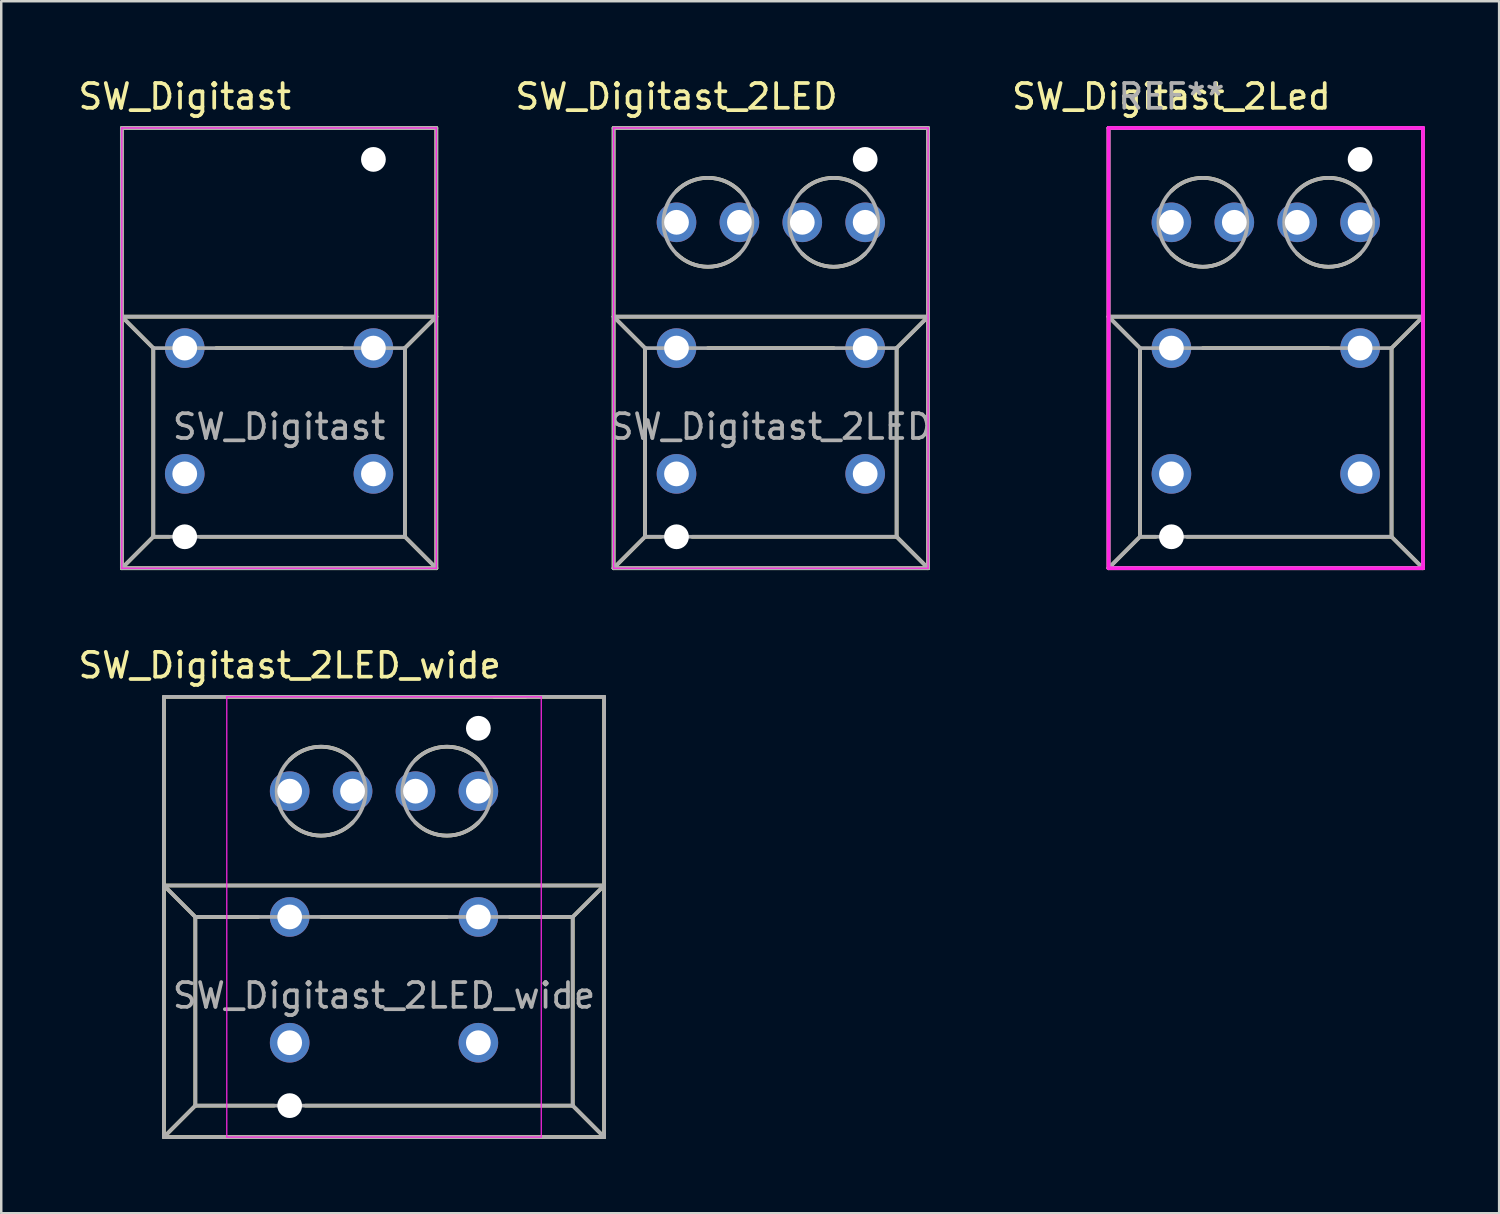
<source format=kicad_pcb>
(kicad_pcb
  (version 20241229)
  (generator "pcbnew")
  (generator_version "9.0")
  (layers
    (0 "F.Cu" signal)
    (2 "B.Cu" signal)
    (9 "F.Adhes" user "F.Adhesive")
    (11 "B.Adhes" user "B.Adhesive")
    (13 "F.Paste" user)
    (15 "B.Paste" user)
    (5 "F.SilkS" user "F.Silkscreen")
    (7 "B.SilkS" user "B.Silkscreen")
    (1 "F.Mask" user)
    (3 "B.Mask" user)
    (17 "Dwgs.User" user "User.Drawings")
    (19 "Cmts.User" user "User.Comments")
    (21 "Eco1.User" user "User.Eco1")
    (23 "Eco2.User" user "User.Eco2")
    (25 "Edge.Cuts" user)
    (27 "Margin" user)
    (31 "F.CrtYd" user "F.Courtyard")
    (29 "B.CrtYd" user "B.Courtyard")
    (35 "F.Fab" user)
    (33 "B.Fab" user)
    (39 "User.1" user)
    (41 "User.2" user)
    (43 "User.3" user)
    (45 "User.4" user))
  (footprint "SW_Digitast"
    (layer "F.Cu")
    (at 8.221 11.008)
    (property "Reference" "SW_Digitast" (at -3.81 -10.16 0) (layer "F.SilkS") (effects (font (size 1 1) (thickness 0.15))))
    (attr through_hole)
    (fp_line (start -6.35 -8.89) (end -6.35 8.89) (stroke (width 0.15) (type solid)) (layer "F.SilkS"))
    (fp_line (start -6.35 -1.27) (end 6.35 -1.27) (stroke (width 0.15) (type solid)) (layer "F.SilkS"))
    (fp_line (start -6.35 8.89) (end 6.35 8.89) (stroke (width 0.15) (type solid)) (layer "F.SilkS"))
    (fp_line (start -5.08 0) (end -6.35 -1.27) (stroke (width 0.15) (type solid)) (layer "F.SilkS"))
    (fp_line (start -5.08 0) (end -5.08 7.62) (stroke (width 0.15) (type solid)) (layer "F.SilkS"))
    (fp_line (start -5.08 7.62) (end -6.35 8.89) (stroke (width 0.15) (type solid)) (layer "F.SilkS"))
    (fp_line (start -5.08 7.62) (end -4.445 7.62) (stroke (width 0.15) (type solid)) (layer "F.SilkS"))
    (fp_line (start -3.175 7.62) (end 5.08 7.62) (stroke (width 0.15) (type solid)) (layer "F.SilkS"))
    (fp_line (start 2.54 0) (end -2.54 0) (stroke (width 0.15) (type solid)) (layer "F.SilkS"))
    (fp_line (start 5.08 0) (end 6.35 -1.27) (stroke (width 0.15) (type solid)) (layer "F.SilkS"))
    (fp_line (start 5.08 7.62) (end 5.08 0) (stroke (width 0.15) (type solid)) (layer "F.SilkS"))
    (fp_line (start 5.08 7.62) (end 6.35 8.89) (stroke (width 0.15) (type solid)) (layer "F.SilkS"))
    (fp_line (start 6.35 -8.89) (end -6.35 -8.89) (stroke (width 0.15) (type solid)) (layer "F.SilkS"))
    (fp_line (start 6.35 8.89) (end 6.35 -8.89) (stroke (width 0.15) (type solid)) (layer "F.SilkS"))
    (fp_line (start -6.35 -8.89) (end 6.35 -8.89) (stroke (width 0.05) (type solid)) (layer "F.CrtYd"))
    (fp_line (start -6.35 8.89) (end -6.35 -8.89) (stroke (width 0.05) (type solid)) (layer "F.CrtYd"))
    (fp_line (start 6.35 -8.89) (end 6.35 8.89) (stroke (width 0.05) (type solid)) (layer "F.CrtYd"))
    (fp_line (start 6.35 8.89) (end -6.35 8.89) (stroke (width 0.05) (type solid)) (layer "F.CrtYd"))
    (fp_line (start -6.35 -8.89) (end -6.35 8.89) (stroke (width 0.15) (type solid)) (layer "F.Fab"))
    (fp_line (start -6.35 -1.27) (end -5.08 0) (stroke (width 0.15) (type solid)) (layer "F.Fab"))
    (fp_line (start -6.35 -1.27) (end 6.35 -1.27) (stroke (width 0.15) (type solid)) (layer "F.Fab"))
    (fp_line (start -6.35 8.89) (end -5.08 7.62) (stroke (width 0.15) (type solid)) (layer "F.Fab"))
    (fp_line (start -6.35 8.89) (end 6.35 8.89) (stroke (width 0.15) (type solid)) (layer "F.Fab"))
    (fp_line (start -5.08 0) (end -5.08 7.62) (stroke (width 0.15) (type solid)) (layer "F.Fab"))
    (fp_line (start -5.08 0) (end 5.08 0) (stroke (width 0.15) (type solid)) (layer "F.Fab"))
    (fp_line (start -5.08 7.62) (end 5.08 7.62) (stroke (width 0.15) (type solid)) (layer "F.Fab"))
    (fp_line (start 5.08 0) (end 5.08 7.62) (stroke (width 0.15) (type solid)) (layer "F.Fab"))
    (fp_line (start 5.08 0) (end 6.35 -1.27) (stroke (width 0.15) (type solid)) (layer "F.Fab"))
    (fp_line (start 5.08 7.62) (end 6.35 8.89) (stroke (width 0.15) (type solid)) (layer "F.Fab"))
    (fp_line (start 6.35 -8.89) (end -6.35 -8.89) (stroke (width 0.15) (type solid)) (layer "F.Fab"))
    (fp_line (start 6.35 8.89) (end 6.35 -8.89) (stroke (width 0.15) (type solid)) (layer "F.Fab"))
    (fp_text user "${REFERENCE}" (at 0 3.175 0) (layer "F.Fab") (effects (font (size 1 1) (thickness 0.15))))
    (pad "" np_thru_hole circle (at -3.81 7.62) (size 1 1) (drill 1) (layers "*.Cu" "*.Mask"))
    (pad "" np_thru_hole circle (at 3.81 -7.62) (size 1 1) (drill 1) (layers "*.Cu" "*.Mask"))
    (pad "1" thru_hole circle (at 3.81 5.08) (size 1.6 1.6) (drill 1) (layers "*.Cu" "*.Mask"))
    (pad "2" thru_hole circle (at -3.81 0) (size 1.6 1.6) (drill 1) (layers "*.Cu" "*.Mask"))
    (pad "2" thru_hole circle (at 3.81 0) (size 1.6 1.6) (drill 1) (layers "*.Cu" "*.Mask"))
    (pad "3" thru_hole circle (at -3.81 5.08) (size 1.6 1.6) (drill 1) (layers "*.Cu" "*.Mask")))
  (footprint "SW_Digitast_2LED_wide"
    (layer "F.Cu")
    (at 16.269 39.062)
    (property "Reference" "SW_Digitast_2LED_wide" (at -7.62 -15.24 0) (layer "F.SilkS") (effects (font (size 1 1) (thickness 0.15))))
    (attr through_hole)
    (fp_line (start -12.7 -13.97) (end -12.7 3.81) (stroke (width 0.15) (type solid)) (layer "F.SilkS"))
    (fp_line (start -12.7 -6.35) (end 5.08 -6.35) (stroke (width 0.15) (type solid)) (layer "F.SilkS"))
    (fp_line (start -12.7 3.81) (end 5.08 3.81) (stroke (width 0.15) (type solid)) (layer "F.SilkS"))
    (fp_line (start -11.43 -5.08) (end -12.7 -6.35) (stroke (width 0.15) (type solid)) (layer "F.SilkS"))
    (fp_line (start -11.43 -5.08) (end -11.43 2.54) (stroke (width 0.15) (type solid)) (layer "F.SilkS"))
    (fp_line (start -11.43 2.54) (end -12.7 3.81) (stroke (width 0.15) (type solid)) (layer "F.SilkS"))
    (fp_line (start -11.43 2.54) (end -8.255 2.54) (stroke (width 0.15) (type solid)) (layer "F.SilkS"))
    (fp_line (start -8.89 -5.08) (end -11.43 -5.08) (stroke (width 0.15) (type solid)) (layer "F.SilkS"))
    (fp_line (start -6.985 2.54) (end 3.81 2.54) (stroke (width 0.15) (type solid)) (layer "F.SilkS"))
    (fp_line (start -1.27 -5.08) (end -6.35 -5.08) (stroke (width 0.15) (type solid)) (layer "F.SilkS"))
    (fp_line (start 1.27 -5.08) (end 3.81 -5.08) (stroke (width 0.15) (type solid)) (layer "F.SilkS"))
    (fp_line (start 1.905 -13.97) (end 0.635 -13.97) (stroke (width 0.15) (type solid)) (layer "F.SilkS"))
    (fp_line (start 3.81 -5.08) (end 5.08 -6.35) (stroke (width 0.15) (type solid)) (layer "F.SilkS"))
    (fp_line (start 3.81 2.54) (end 3.81 -5.08) (stroke (width 0.15) (type solid)) (layer "F.SilkS"))
    (fp_line (start 3.81 2.54) (end 5.08 3.81) (stroke (width 0.15) (type solid)) (layer "F.SilkS"))
    (fp_line (start 5.08 -13.97) (end -12.7 -13.97) (stroke (width 0.15) (type solid)) (layer "F.SilkS"))
    (fp_line (start 5.08 3.81) (end 5.08 -13.97) (stroke (width 0.15) (type solid)) (layer "F.SilkS"))
    (fp_arc (start -7.62 -11.43) (mid -6.35 -11.956051) (end -5.08 -11.43) (stroke (width 0.15) (type solid)) (layer "F.SilkS"))
    (fp_arc (start -5.08 -8.89) (mid -6.35 -8.363949) (end -7.62 -8.89) (stroke (width 0.15) (type solid)) (layer "F.SilkS"))
    (fp_arc (start -2.54 -11.43) (mid -1.27 -11.956051) (end 0 -11.43) (stroke (width 0.15) (type solid)) (layer "F.SilkS"))
    (fp_arc (start 0 -8.89) (mid -1.27 -8.363949) (end -2.54 -8.89) (stroke (width 0.15) (type solid)) (layer "F.SilkS"))
    (fp_line (start -10.16 -13.97) (end 2.54 -13.97) (stroke (width 0.05) (type solid)) (layer "F.CrtYd"))
    (fp_line (start -10.16 3.81) (end -10.16 -13.97) (stroke (width 0.05) (type solid)) (layer "F.CrtYd"))
    (fp_line (start 2.54 -13.97) (end 2.54 3.81) (stroke (width 0.05) (type solid)) (layer "F.CrtYd"))
    (fp_line (start 2.54 3.81) (end -10.16 3.81) (stroke (width 0.05) (type solid)) (layer "F.CrtYd"))
    (fp_line (start -12.7 -13.97) (end -12.7 3.81) (stroke (width 0.15) (type solid)) (layer "F.Fab"))
    (fp_line (start -12.7 -6.35) (end -11.43 -5.08) (stroke (width 0.15) (type solid)) (layer "F.Fab"))
    (fp_line (start -12.7 -6.35) (end 5.08 -6.35) (stroke (width 0.15) (type solid)) (layer "F.Fab"))
    (fp_line (start -12.7 3.81) (end -11.43 2.54) (stroke (width 0.15) (type solid)) (layer "F.Fab"))
    (fp_line (start -12.7 3.81) (end 5.08 3.81) (stroke (width 0.15) (type solid)) (layer "F.Fab"))
    (fp_line (start -11.43 -5.08) (end -11.43 2.54) (stroke (width 0.15) (type solid)) (layer "F.Fab"))
    (fp_line (start -11.43 -5.08) (end 3.81 -5.08) (stroke (width 0.15) (type solid)) (layer "F.Fab"))
    (fp_line (start -11.43 2.54) (end 3.81 2.54) (stroke (width 0.15) (type solid)) (layer "F.Fab"))
    (fp_line (start 3.81 -5.08) (end 3.81 2.54) (stroke (width 0.15) (type solid)) (layer "F.Fab"))
    (fp_line (start 3.81 -5.08) (end 5.08 -6.35) (stroke (width 0.15) (type solid)) (layer "F.Fab"))
    (fp_line (start 3.81 2.54) (end 5.08 3.81) (stroke (width 0.15) (type solid)) (layer "F.Fab"))
    (fp_line (start 5.08 -13.97) (end -12.7 -13.97) (stroke (width 0.15) (type solid)) (layer "F.Fab"))
    (fp_line (start 5.08 3.81) (end 5.08 -13.97) (stroke (width 0.15) (type solid)) (layer "F.Fab"))
    (fp_circle (center -6.35 -10.16) (end -5.08 -8.89) (stroke (width 0.15) (type solid)) (fill no) (layer "F.Fab"))
    (fp_circle (center -1.27 -10.16) (end 0 -8.89) (stroke (width 0.15) (type solid)) (fill no) (layer "F.Fab"))
    (fp_text user "${REFERENCE}" (at -3.81 -1.905 0) (layer "F.Fab") (effects (font (size 1 1) (thickness 0.15))))
    (pad "" np_thru_hole circle (at -7.62 2.54) (size 1 1) (drill 1) (layers "*.Cu" "*.Mask"))
    (pad "" np_thru_hole circle (at 0 -12.7) (size 1 1) (drill 1) (layers "*.Cu" "*.Mask"))
    (pad "1" thru_hole circle (at 0 0) (size 1.6 1.6) (drill 1) (layers "*.Cu" "*.Mask"))
    (pad "2" thru_hole circle (at -7.62 -5.08) (size 1.6 1.6) (drill 1) (layers "*.Cu" "*.Mask"))
    (pad "2" thru_hole circle (at 0 -5.08) (size 1.6 1.6) (drill 1) (layers "*.Cu" "*.Mask"))
    (pad "3" thru_hole circle (at -7.62 0) (size 1.6 1.6) (drill 1) (layers "*.Cu" "*.Mask"))
    (pad "A1" thru_hole circle (at -7.62 -10.16) (size 1.6 1.6) (drill 1) (layers "*.Cu" "*.Mask"))
    (pad "A2" thru_hole circle (at 0 -10.16) (size 1.6 1.6) (drill 1) (layers "*.Cu" "*.Mask"))
    (pad "C1" thru_hole circle (at -5.08 -10.16) (size 1.6 1.6) (drill 1) (layers "*.Cu" "*.Mask"))
    (pad "C2" thru_hole circle (at -2.54 -10.16) (size 1.6 1.6) (drill 1) (layers "*.Cu" "*.Mask")))
  (footprint "SW_Digitast_2Led"
    (layer "F.Cu")
    (at 48.069 11.008)
    (property "Reference" "SW_Digitast_2Led" (at -3.81 -10.16 0) (layer "F.SilkS") (effects (font (size 1 1) (thickness 0.15))))
    (attr through_hole)
    (fp_line (start -6.35 -8.89) (end -6.35 8.89) (stroke (width 0.15) (type solid)) (layer "F.SilkS"))
    (fp_line (start -6.35 -1.27) (end 6.35 -1.27) (stroke (width 0.15) (type solid)) (layer "F.SilkS"))
    (fp_line (start -6.35 8.89) (end 6.35 8.89) (stroke (width 0.15) (type solid)) (layer "F.SilkS"))
    (fp_line (start -5.08 0) (end -6.35 -1.27) (stroke (width 0.15) (type solid)) (layer "F.SilkS"))
    (fp_line (start -5.08 0) (end -5.08 7.62) (stroke (width 0.15) (type solid)) (layer "F.SilkS"))
    (fp_line (start -5.08 7.62) (end -6.35 8.89) (stroke (width 0.15) (type solid)) (layer "F.SilkS"))
    (fp_line (start -5.08 7.62) (end -4.445 7.62) (stroke (width 0.15) (type solid)) (layer "F.SilkS"))
    (fp_line (start -3.175 7.62) (end 5.08 7.62) (stroke (width 0.15) (type solid)) (layer "F.SilkS"))
    (fp_line (start 2.54 0) (end -2.54 0) (stroke (width 0.15) (type solid)) (layer "F.SilkS"))
    (fp_line (start 5.08 0) (end 6.35 -1.27) (stroke (width 0.15) (type solid)) (layer "F.SilkS"))
    (fp_line (start 5.08 7.62) (end 5.08 0) (stroke (width 0.15) (type solid)) (layer "F.SilkS"))
    (fp_line (start 5.08 7.62) (end 6.35 8.89) (stroke (width 0.15) (type solid)) (layer "F.SilkS"))
    (fp_line (start 6.35 -8.89) (end -6.35 -8.89) (stroke (width 0.15) (type solid)) (layer "F.SilkS"))
    (fp_line (start 6.35 8.89) (end 6.35 -8.89) (stroke (width 0.15) (type solid)) (layer "F.SilkS"))
    (fp_arc (start -3.81 -6.35) (mid -2.54 -6.876051) (end -1.27 -6.35) (stroke (width 0.15) (type solid)) (layer "F.SilkS"))
    (fp_arc (start -1.27 -3.81) (mid -2.54 -3.283949) (end -3.81 -3.81) (stroke (width 0.15) (type solid)) (layer "F.SilkS"))
    (fp_arc (start 1.27 -6.35) (mid 2.54 -6.876051) (end 3.81 -6.35) (stroke (width 0.15) (type solid)) (layer "F.SilkS"))
    (fp_arc (start 3.81 -3.81) (mid 2.54 -3.283949) (end 1.27 -3.81) (stroke (width 0.15) (type solid)) (layer "F.SilkS"))
    (fp_line (start -6.35 -8.89) (end 6.35 -8.89) (stroke (width 0.15) (type solid)) (layer "F.CrtYd"))
    (fp_line (start -6.35 8.89) (end -6.35 -8.89) (stroke (width 0.15) (type solid)) (layer "F.CrtYd"))
    (fp_line (start 6.35 -8.89) (end 6.35 8.89) (stroke (width 0.15) (type solid)) (layer "F.CrtYd"))
    (fp_line (start 6.35 8.89) (end -6.35 8.89) (stroke (width 0.15) (type solid)) (layer "F.CrtYd"))
    (fp_line (start -6.35 -8.89) (end -6.35 8.89) (stroke (width 0.15) (type solid)) (layer "F.Fab"))
    (fp_line (start -6.35 -1.27) (end -5.08 0) (stroke (width 0.15) (type solid)) (layer "F.Fab"))
    (fp_line (start -6.35 -1.27) (end 6.35 -1.27) (stroke (width 0.15) (type solid)) (layer "F.Fab"))
    (fp_line (start -6.35 8.89) (end -5.08 7.62) (stroke (width 0.15) (type solid)) (layer "F.Fab"))
    (fp_line (start -6.35 8.89) (end 6.35 8.89) (stroke (width 0.15) (type solid)) (layer "F.Fab"))
    (fp_line (start -5.08 0) (end -5.08 7.62) (stroke (width 0.15) (type solid)) (layer "F.Fab"))
    (fp_line (start -5.08 0) (end 5.08 0) (stroke (width 0.15) (type solid)) (layer "F.Fab"))
    (fp_line (start -5.08 7.62) (end 5.08 7.62) (stroke (width 0.15) (type solid)) (layer "F.Fab"))
    (fp_line (start 5.08 0) (end 5.08 7.62) (stroke (width 0.15) (type solid)) (layer "F.Fab"))
    (fp_line (start 5.08 0) (end 6.35 -1.27) (stroke (width 0.15) (type solid)) (layer "F.Fab"))
    (fp_line (start 5.08 7.62) (end 6.35 8.89) (stroke (width 0.15) (type solid)) (layer "F.Fab"))
    (fp_line (start 6.35 -8.89) (end -6.35 -8.89) (stroke (width 0.15) (type solid)) (layer "F.Fab"))
    (fp_line (start 6.35 8.89) (end 6.35 -8.89) (stroke (width 0.15) (type solid)) (layer "F.Fab"))
    (fp_circle (center -2.54 -5.08) (end -1.27 -3.81) (stroke (width 0.15) (type solid)) (fill no) (layer "F.Fab"))
    (fp_circle (center 2.54 -5.08) (end 3.81 -3.81) (stroke (width 0.15) (type solid)) (fill no) (layer "F.Fab"))
    (fp_text user "REF**" (at -3.81 -10.16 0) (layer "F.Fab") (effects (font (size 1 1) (thickness 0.15))))
    (pad "" np_thru_hole circle (at -3.81 7.62) (size 1 1) (drill 1) (layers "*.Cu" "*.Mask"))
    (pad "" np_thru_hole circle (at 3.81 -7.62) (size 1 1) (drill 1) (layers "*.Cu" "*.Mask"))
    (pad "1" thru_hole circle (at 3.81 5.08) (size 1.6 1.6) (drill 1) (layers "*.Cu" "*.Mask"))
    (pad "2" thru_hole circle (at -3.81 0) (size 1.6 1.6) (drill 1) (layers "*.Cu" "*.Mask"))
    (pad "2" thru_hole circle (at 3.81 0) (size 1.6 1.6) (drill 1) (layers "*.Cu" "*.Mask"))
    (pad "3" thru_hole circle (at -3.81 5.08) (size 1.6 1.6) (drill 1) (layers "*.Cu" "*.Mask"))
    (pad "A1" thru_hole circle (at -3.81 -5.08) (size 1.6 1.6) (drill 1) (layers "*.Cu" "*.Mask"))
    (pad "A2" thru_hole circle (at 3.81 -5.08) (size 1.6 1.6) (drill 1) (layers "*.Cu" "*.Mask"))
    (pad "C1" thru_hole circle (at -1.27 -5.08) (size 1.6 1.6) (drill 1) (layers "*.Cu" "*.Mask"))
    (pad "C2" thru_hole circle (at 1.27 -5.08) (size 1.6 1.6) (drill 1) (layers "*.Cu" "*.Mask")))
  (footprint "SW_Digitast_2LED"
    (layer "F.Cu")
    (at 28.081 11.008)
    (property "Reference" "SW_Digitast_2LED" (at -3.81 -10.16 0) (layer "F.SilkS") (effects (font (size 1 1) (thickness 0.15))))
    (attr through_hole)
    (fp_line (start -6.35 -8.89) (end -6.35 8.89) (stroke (width 0.15) (type solid)) (layer "F.SilkS"))
    (fp_line (start -6.35 -1.27) (end 6.35 -1.27) (stroke (width 0.15) (type solid)) (layer "F.SilkS"))
    (fp_line (start -6.35 8.89) (end 6.35 8.89) (stroke (width 0.15) (type solid)) (layer "F.SilkS"))
    (fp_line (start -5.08 0) (end -6.35 -1.27) (stroke (width 0.15) (type solid)) (layer "F.SilkS"))
    (fp_line (start -5.08 0) (end -5.08 7.62) (stroke (width 0.15) (type solid)) (layer "F.SilkS"))
    (fp_line (start -5.08 7.62) (end -6.35 8.89) (stroke (width 0.15) (type solid)) (layer "F.SilkS"))
    (fp_line (start -5.08 7.62) (end -4.445 7.62) (stroke (width 0.15) (type solid)) (layer "F.SilkS"))
    (fp_line (start -3.175 7.62) (end 5.08 7.62) (stroke (width 0.15) (type solid)) (layer "F.SilkS"))
    (fp_line (start 2.54 0) (end -2.54 0) (stroke (width 0.15) (type solid)) (layer "F.SilkS"))
    (fp_line (start 5.08 0) (end 6.35 -1.27) (stroke (width 0.15) (type solid)) (layer "F.SilkS"))
    (fp_line (start 5.08 7.62) (end 5.08 0) (stroke (width 0.15) (type solid)) (layer "F.SilkS"))
    (fp_line (start 5.08 7.62) (end 6.35 8.89) (stroke (width 0.15) (type solid)) (layer "F.SilkS"))
    (fp_line (start 6.35 -8.89) (end -6.35 -8.89) (stroke (width 0.15) (type solid)) (layer "F.SilkS"))
    (fp_line (start 6.35 8.89) (end 6.35 -8.89) (stroke (width 0.15) (type solid)) (layer "F.SilkS"))
    (fp_arc (start -3.81 -6.35) (mid -2.54 -6.876051) (end -1.27 -6.35) (stroke (width 0.15) (type solid)) (layer "F.SilkS"))
    (fp_arc (start -1.27 -3.81) (mid -2.54 -3.283949) (end -3.81 -3.81) (stroke (width 0.15) (type solid)) (layer "F.SilkS"))
    (fp_arc (start 1.27 -6.35) (mid 2.54 -6.876051) (end 3.81 -6.35) (stroke (width 0.15) (type solid)) (layer "F.SilkS"))
    (fp_arc (start 3.81 -3.81) (mid 2.54 -3.283949) (end 1.27 -3.81) (stroke (width 0.15) (type solid)) (layer "F.SilkS"))
    (fp_line (start -6.35 -8.89) (end 6.35 -8.89) (stroke (width 0.05) (type solid)) (layer "F.CrtYd"))
    (fp_line (start -6.35 8.89) (end -6.35 -8.89) (stroke (width 0.05) (type solid)) (layer "F.CrtYd"))
    (fp_line (start 6.35 -8.89) (end 6.35 8.89) (stroke (width 0.05) (type solid)) (layer "F.CrtYd"))
    (fp_line (start 6.35 8.89) (end -6.35 8.89) (stroke (width 0.05) (type solid)) (layer "F.CrtYd"))
    (fp_line (start -6.35 -8.89) (end -6.35 8.89) (stroke (width 0.15) (type solid)) (layer "F.Fab"))
    (fp_line (start -6.35 -1.27) (end -5.08 0) (stroke (width 0.15) (type solid)) (layer "F.Fab"))
    (fp_line (start -6.35 -1.27) (end 6.35 -1.27) (stroke (width 0.15) (type solid)) (layer "F.Fab"))
    (fp_line (start -6.35 8.89) (end -5.08 7.62) (stroke (width 0.15) (type solid)) (layer "F.Fab"))
    (fp_line (start -6.35 8.89) (end 6.35 8.89) (stroke (width 0.15) (type solid)) (layer "F.Fab"))
    (fp_line (start -5.08 0) (end -5.08 7.62) (stroke (width 0.15) (type solid)) (layer "F.Fab"))
    (fp_line (start -5.08 0) (end 5.08 0) (stroke (width 0.15) (type solid)) (layer "F.Fab"))
    (fp_line (start -5.08 7.62) (end 5.08 7.62) (stroke (width 0.15) (type solid)) (layer "F.Fab"))
    (fp_line (start 5.08 0) (end 5.08 7.62) (stroke (width 0.15) (type solid)) (layer "F.Fab"))
    (fp_line (start 5.08 0) (end 6.35 -1.27) (stroke (width 0.15) (type solid)) (layer "F.Fab"))
    (fp_line (start 5.08 7.62) (end 6.35 8.89) (stroke (width 0.15) (type solid)) (layer "F.Fab"))
    (fp_line (start 6.35 -8.89) (end -6.35 -8.89) (stroke (width 0.15) (type solid)) (layer "F.Fab"))
    (fp_line (start 6.35 8.89) (end 6.35 -8.89) (stroke (width 0.15) (type solid)) (layer "F.Fab"))
    (fp_circle (center -2.54 -5.08) (end -1.27 -3.81) (stroke (width 0.15) (type solid)) (fill no) (layer "F.Fab"))
    (fp_circle (center 2.54 -5.08) (end 3.81 -3.81) (stroke (width 0.15) (type solid)) (fill no) (layer "F.Fab"))
    (fp_text user "${REFERENCE}" (at 0 3.175 0) (layer "F.Fab") (effects (font (size 1 1) (thickness 0.15))))
    (pad "" np_thru_hole circle (at -3.81 7.62) (size 1 1) (drill 1) (layers "*.Cu" "*.Mask"))
    (pad "" np_thru_hole circle (at 3.81 -7.62) (size 1 1) (drill 1) (layers "*.Cu" "*.Mask"))
    (pad "1" thru_hole circle (at 3.81 5.08) (size 1.6 1.6) (drill 1) (layers "*.Cu" "*.Mask"))
    (pad "2" thru_hole circle (at -3.81 0) (size 1.6 1.6) (drill 1) (layers "*.Cu" "*.Mask"))
    (pad "2" thru_hole circle (at 3.81 0) (size 1.6 1.6) (drill 1) (layers "*.Cu" "*.Mask"))
    (pad "3" thru_hole circle (at -3.81 5.08) (size 1.6 1.6) (drill 1) (layers "*.Cu" "*.Mask"))
    (pad "A1" thru_hole circle (at -3.81 -5.08) (size 1.6 1.6) (drill 1) (layers "*.Cu" "*.Mask"))
    (pad "A2" thru_hole circle (at 3.81 -5.08) (size 1.6 1.6) (drill 1) (layers "*.Cu" "*.Mask"))
    (pad "C1" thru_hole circle (at -1.27 -5.08) (size 1.6 1.6) (drill 1) (layers "*.Cu" "*.Mask"))
    (pad "C2" thru_hole circle (at 1.27 -5.08) (size 1.6 1.6) (drill 1) (layers "*.Cu" "*.Mask")))
  (gr_rect
    (start -3 -3)
    (end 57.494 45.947)
    (stroke (width 0.1) (type default))
    (fill no)
    (layer "Edge.Cuts")))
</source>
